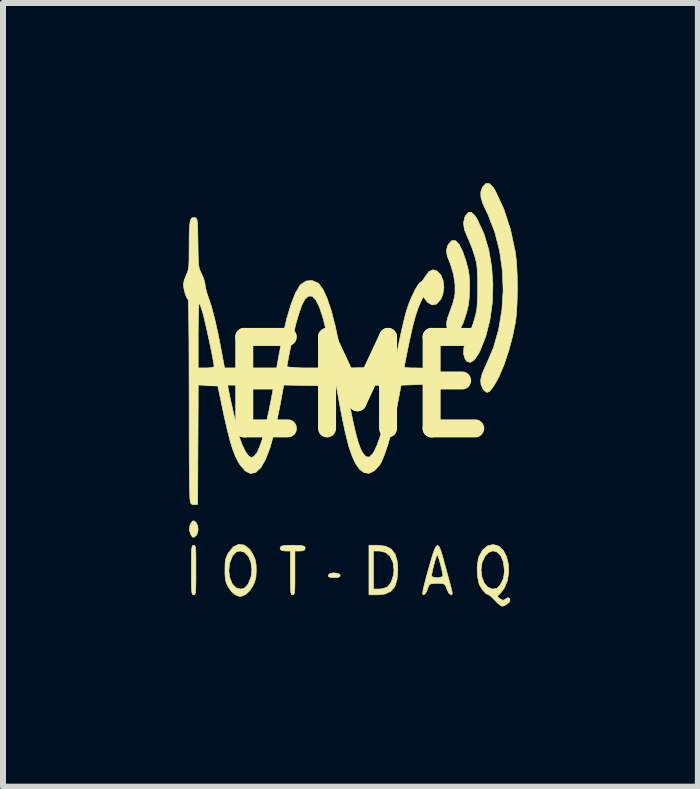
<source format=kicad_pcb>
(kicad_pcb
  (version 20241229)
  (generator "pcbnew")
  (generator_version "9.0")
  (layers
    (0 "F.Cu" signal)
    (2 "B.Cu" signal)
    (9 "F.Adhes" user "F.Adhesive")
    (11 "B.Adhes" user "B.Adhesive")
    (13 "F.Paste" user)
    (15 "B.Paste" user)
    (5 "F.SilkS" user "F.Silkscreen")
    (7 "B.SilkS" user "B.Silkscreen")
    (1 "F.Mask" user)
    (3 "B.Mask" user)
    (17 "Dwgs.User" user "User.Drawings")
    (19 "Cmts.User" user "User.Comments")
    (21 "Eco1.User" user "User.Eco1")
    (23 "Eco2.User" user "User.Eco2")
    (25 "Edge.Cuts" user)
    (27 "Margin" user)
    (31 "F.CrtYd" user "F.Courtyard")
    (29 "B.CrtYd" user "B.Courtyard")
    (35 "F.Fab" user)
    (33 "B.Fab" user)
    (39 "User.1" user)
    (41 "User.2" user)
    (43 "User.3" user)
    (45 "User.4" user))
  (footprint "EME"
    (layer "F.Cu")
    (at 2.905 3.396)
    (property "Reference" "EME" (at 0 0 0) (layer "F.SilkS") (effects (font (size 1.524 1.524) (thickness 0.3))))
    (attr through_hole)
    (fp_poly (pts (xy -0.327 3.104) (xy -0.293 3.126) (xy -0.289 3.135) (xy -0.296 3.159) (xy -0.333 3.172) (xy -0.389 3.175) (xy -0.453 3.171) (xy -0.484 3.156) (xy -0.488 3.135) (xy -0.464 3.109) (xy -0.41 3.096) (xy -0.389 3.096) (xy -0.327 3.104)) (stroke (width 0.01) (type solid)) (fill yes) (layer "F.SilkS"))
    (fp_poly (pts (xy -2.69 2.255) (xy -2.661 2.312) (xy -2.656 2.389) (xy -2.676 2.457) (xy -2.69 2.475) (xy -2.727 2.504) (xy -2.751 2.496) (xy -2.776 2.458) (xy -2.803 2.382) (xy -2.793 2.307) (xy -2.776 2.272) (xy -2.747 2.231) (xy -2.723 2.229) (xy -2.69 2.255)) (stroke (width 0.01) (type solid)) (fill yes) (layer "F.SilkS"))
    (fp_poly (pts (xy -2.714 2.639) (xy -2.704 2.656) (xy -2.697 2.697) (xy -2.693 2.772) (xy -2.692 2.891) (xy -2.692 3.048) (xy -2.692 3.217) (xy -2.694 3.332) (xy -2.697 3.403) (xy -2.704 3.442) (xy -2.715 3.458) (xy -2.73 3.461) (xy -2.745 3.457) (xy -2.756 3.44) (xy -2.762 3.399) (xy -2.766 3.324) (xy -2.767 3.205) (xy -2.767 3.048) (xy -2.767 2.879) (xy -2.766 2.764) (xy -2.762 2.693) (xy -2.755 2.654) (xy -2.744 2.638) (xy -2.73 2.635) (xy -2.714 2.639)) (stroke (width 0.01) (type solid)) (fill yes) (layer "F.SilkS"))
    (fp_poly (pts (xy 0.467 2.651) (xy 0.56 2.698) (xy 0.624 2.78) (xy 0.66 2.899) (xy 0.671 3.048) (xy 0.658 3.205) (xy 0.621 3.322) (xy 0.555 3.402) (xy 0.46 3.447) (xy 0.342 3.461) (xy 0.19 3.461) (xy 0.19 2.731) (xy 0.265 2.731) (xy 0.265 3.365) (xy 0.361 3.365) (xy 0.429 3.356) (xy 0.49 3.333) (xy 0.509 3.32) (xy 0.564 3.242) (xy 0.599 3.129) (xy 0.607 3.048) (xy 0.59 2.917) (xy 0.542 2.818) (xy 0.467 2.754) (xy 0.367 2.731) (xy 0.361 2.731) (xy 0.265 2.731) (xy 0.19 2.731) (xy 0.19 2.635) (xy 0.342 2.635) (xy 0.467 2.651)) (stroke (width 0.01) (type solid)) (fill yes) (layer "F.SilkS"))
    (fp_poly (pts (xy -0.987 2.637) (xy -0.926 2.642) (xy -0.89 2.652) (xy -0.874 2.668) (xy -0.872 2.683) (xy -0.883 2.714) (xy -0.921 2.729) (xy -0.957 2.731) (xy -1.043 2.731) (xy -1.043 3.096) (xy -1.043 3.253) (xy -1.045 3.357) (xy -1.05 3.419) (xy -1.058 3.45) (xy -1.071 3.46) (xy -1.08 3.461) (xy -1.097 3.457) (xy -1.108 3.438) (xy -1.114 3.394) (xy -1.117 3.313) (xy -1.118 3.185) (xy -1.118 3.096) (xy -1.118 2.731) (xy -1.204 2.731) (xy -1.26 2.724) (xy -1.285 2.703) (xy -1.289 2.683) (xy -1.283 2.662) (xy -1.261 2.648) (xy -1.217 2.639) (xy -1.146 2.636) (xy -1.08 2.635) (xy -0.987 2.637)) (stroke (width 0.01) (type solid)) (fill yes) (layer "F.SilkS"))
    (fp_poly (pts (xy 1.631 -2.437) (xy 1.692 -2.375) (xy 1.753 -2.254) (xy 1.804 -2.103) (xy 1.838 -1.979) (xy 1.857 -1.876) (xy 1.865 -1.766) (xy 1.866 -1.652) (xy 1.861 -1.495) (xy 1.847 -1.37) (xy 1.819 -1.249) (xy 1.816 -1.238) (xy 1.758 -1.064) (xy 1.698 -0.942) (xy 1.637 -0.875) (xy 1.579 -0.864) (xy 1.525 -0.914) (xy 1.517 -0.927) (xy 1.488 -0.996) (xy 1.482 -1.067) (xy 1.501 -1.155) (xy 1.544 -1.273) (xy 1.583 -1.381) (xy 1.612 -1.489) (xy 1.623 -1.549) (xy 1.624 -1.706) (xy 1.598 -1.879) (xy 1.548 -2.044) (xy 1.535 -2.076) (xy 1.493 -2.186) (xy 1.481 -2.271) (xy 1.497 -2.344) (xy 1.516 -2.381) (xy 1.572 -2.44) (xy 1.631 -2.437)) (stroke (width 0.01) (type solid)) (fill yes) (layer "F.SilkS"))
    (fp_poly (pts (xy 1.898 -2.91) (xy 1.956 -2.853) (xy 1.998 -2.785) (xy 2.106 -2.552) (xy 2.185 -2.287) (xy 2.234 -2.002) (xy 2.254 -1.705) (xy 2.245 -1.407) (xy 2.205 -1.117) (xy 2.136 -0.844) (xy 2.038 -0.598) (xy 2.011 -0.547) (xy 1.944 -0.451) (xy 1.879 -0.41) (xy 1.82 -0.428) (xy 1.793 -0.463) (xy 1.765 -0.55) (xy 1.771 -0.657) (xy 1.811 -0.779) (xy 1.83 -0.818) (xy 1.876 -0.923) (xy 1.923 -1.052) (xy 1.948 -1.133) (xy 1.972 -1.223) (xy 1.987 -1.304) (xy 1.995 -1.394) (xy 1.999 -1.512) (xy 2 -1.667) (xy 1.999 -1.827) (xy 1.995 -1.942) (xy 1.987 -2.029) (xy 1.972 -2.106) (xy 1.949 -2.191) (xy 1.948 -2.192) (xy 1.907 -2.316) (xy 1.857 -2.439) (xy 1.83 -2.499) (xy 1.779 -2.624) (xy 1.765 -2.734) (xy 1.786 -2.83) (xy 1.801 -2.857) (xy 1.848 -2.911) (xy 1.898 -2.91)) (stroke (width 0.01) (type solid)) (fill yes) (layer "F.SilkS"))
    (fp_poly (pts (xy 2.197 -3.388) (xy 2.261 -3.323) (xy 2.297 -3.263) (xy 2.436 -2.965) (xy 2.546 -2.628) (xy 2.626 -2.259) (xy 2.628 -2.249) (xy 2.648 -2.075) (xy 2.659 -1.862) (xy 2.662 -1.63) (xy 2.657 -1.4) (xy 2.644 -1.196) (xy 2.63 -1.079) (xy 2.582 -0.843) (xy 2.517 -0.601) (xy 2.44 -0.371) (xy 2.357 -0.174) (xy 2.316 -0.097) (xy 2.249 0.013) (xy 2.196 0.075) (xy 2.153 0.09) (xy 2.113 0.063) (xy 2.089 0.031) (xy 2.056 -0.042) (xy 2.051 -0.121) (xy 2.074 -0.217) (xy 2.126 -0.339) (xy 2.142 -0.37) (xy 2.263 -0.653) (xy 2.35 -0.959) (xy 2.404 -1.28) (xy 2.425 -1.61) (xy 2.412 -1.942) (xy 2.366 -2.267) (xy 2.286 -2.58) (xy 2.173 -2.872) (xy 2.14 -2.94) (xy 2.082 -3.068) (xy 2.054 -3.168) (xy 2.053 -3.25) (xy 2.079 -3.323) (xy 2.085 -3.334) (xy 2.139 -3.391) (xy 2.197 -3.388)) (stroke (width 0.01) (type solid)) (fill yes) (layer "F.SilkS"))
    (fp_poly (pts (xy -1.888 2.632) (xy -1.801 2.697) (xy -1.746 2.78) (xy -1.707 2.866) (xy -1.69 2.952) (xy -1.687 3.048) (xy -1.692 3.16) (xy -1.712 3.243) (xy -1.745 3.316) (xy -1.8 3.396) (xy -1.86 3.452) (xy -1.873 3.46) (xy -1.928 3.483) (xy -1.967 3.487) (xy -2.011 3.472) (xy -2.038 3.459) (xy -2.089 3.417) (xy -2.142 3.349) (xy -2.152 3.333) (xy -2.185 3.267) (xy -2.202 3.201) (xy -2.208 3.109) (xy -2.208 3.059) (xy -2.144 3.059) (xy -2.129 3.176) (xy -2.088 3.276) (xy -2.025 3.343) (xy -1.952 3.365) (xy -1.888 3.352) (xy -1.837 3.302) (xy -1.818 3.273) (xy -1.773 3.16) (xy -1.76 3.037) (xy -1.776 2.92) (xy -1.817 2.82) (xy -1.88 2.753) (xy -1.952 2.731) (xy -2.017 2.744) (xy -2.068 2.794) (xy -2.087 2.823) (xy -2.131 2.936) (xy -2.144 3.059) (xy -2.208 3.059) (xy -2.208 3.048) (xy -2.206 2.935) (xy -2.195 2.86) (xy -2.17 2.797) (xy -2.152 2.764) (xy -2.072 2.664) (xy -1.981 2.62) (xy -1.888 2.632)) (stroke (width 0.01) (type solid)) (fill yes) (layer "F.SilkS"))
    (fp_poly (pts (xy 1.36 2.66) (xy 1.389 2.73) (xy 1.423 2.844) (xy 1.424 2.847) (xy 1.463 2.992) (xy 1.506 3.149) (xy 1.537 3.262) (xy 1.564 3.367) (xy 1.577 3.426) (xy 1.575 3.453) (xy 1.56 3.461) (xy 1.554 3.461) (xy 1.519 3.433) (xy 1.488 3.365) (xy 1.47 3.315) (xy 1.45 3.287) (xy 1.416 3.274) (xy 1.358 3.27) (xy 1.327 3.27) (xy 1.257 3.272) (xy 1.215 3.28) (xy 1.19 3.302) (xy 1.173 3.343) (xy 1.166 3.365) (xy 1.134 3.434) (xy 1.1 3.461) (xy 1.088 3.454) (xy 1.085 3.43) (xy 1.092 3.379) (xy 1.112 3.292) (xy 1.146 3.162) (xy 1.15 3.147) (xy 1.232 3.147) (xy 1.249 3.163) (xy 1.293 3.173) (xy 1.327 3.175) (xy 1.383 3.169) (xy 1.417 3.153) (xy 1.422 3.141) (xy 1.414 3.09) (xy 1.396 3.01) (xy 1.373 2.921) (xy 1.35 2.844) (xy 1.332 2.799) (xy 1.327 2.794) (xy 1.314 2.82) (xy 1.292 2.887) (xy 1.268 2.973) (xy 1.247 3.06) (xy 1.234 3.127) (xy 1.232 3.147) (xy 1.15 3.147) (xy 1.175 3.056) (xy 1.228 2.869) (xy 1.269 2.738) (xy 1.303 2.661) (xy 1.333 2.636) (xy 1.36 2.66)) (stroke (width 0.01) (type solid)) (fill yes) (layer "F.SilkS"))
    (fp_poly (pts (xy 2.352 2.649) (xy 2.427 2.72) (xy 2.481 2.824) (xy 2.512 2.95) (xy 2.517 3.087) (xy 2.496 3.223) (xy 2.446 3.346) (xy 2.385 3.427) (xy 2.325 3.489) (xy 2.377 3.529) (xy 2.423 3.552) (xy 2.46 3.536) (xy 2.466 3.529) (xy 2.506 3.507) (xy 2.534 3.524) (xy 2.54 3.553) (xy 2.524 3.584) (xy 2.486 3.618) (xy 2.44 3.644) (xy 2.409 3.651) (xy 2.375 3.634) (xy 2.324 3.591) (xy 2.292 3.557) (xy 2.24 3.503) (xy 2.198 3.468) (xy 2.183 3.461) (xy 2.135 3.437) (xy 2.08 3.377) (xy 2.033 3.299) (xy 2.021 3.269) (xy 1.997 3.148) (xy 1.993 3.044) (xy 2.057 3.044) (xy 2.07 3.16) (xy 2.108 3.261) (xy 2.168 3.333) (xy 2.247 3.365) (xy 2.257 3.365) (xy 2.322 3.351) (xy 2.373 3.299) (xy 2.39 3.273) (xy 2.43 3.187) (xy 2.444 3.091) (xy 2.445 3.048) (xy 2.429 2.914) (xy 2.387 2.812) (xy 2.326 2.749) (xy 2.254 2.728) (xy 2.179 2.757) (xy 2.121 2.82) (xy 2.073 2.926) (xy 2.057 3.044) (xy 1.993 3.044) (xy 1.992 3.006) (xy 2.009 2.872) (xy 2.021 2.827) (xy 2.082 2.715) (xy 2.167 2.645) (xy 2.258 2.623) (xy 2.352 2.649)) (stroke (width 0.01) (type solid)) (fill yes) (layer "F.SilkS"))
    (fp_poly (pts (xy -2.707 -2.82) (xy -2.689 -2.814) (xy -2.677 -2.797) (xy -2.669 -2.759) (xy -2.664 -2.69) (xy -2.661 -2.579) (xy -2.658 -2.416) (xy -2.658 -2.4) (xy -2.655 -2.232) (xy -2.652 -2.114) (xy -2.646 -2.034) (xy -2.637 -1.978) (xy -2.621 -1.934) (xy -2.599 -1.889) (xy -2.596 -1.883) (xy -2.562 -1.802) (xy -2.542 -1.728) (xy -2.54 -1.708) (xy -2.53 -1.644) (xy -2.505 -1.553) (xy -2.485 -1.495) (xy -2.433 -1.339) (xy -2.378 -1.131) (xy -2.322 -0.882) (xy -2.268 -0.605) (xy -2.266 -0.595) (xy -2.215 -0.318) (xy -1.347 -0.318) (xy -1.343 -0.343) (xy -1.175 -0.343) (xy -1.157 -0.335) (xy -1.107 -0.329) (xy -1.03 -0.323) (xy -0.932 -0.319) (xy -0.818 -0.318) (xy -0.788 -0.318) (xy -0.401 -0.318) (xy -0.449 -0.579) (xy -0.511 -0.89) (xy -0.572 -1.138) (xy -0.632 -1.324) (xy -0.693 -1.448) (xy -0.754 -1.512) (xy -0.816 -1.515) (xy -0.876 -1.463) (xy -0.922 -1.377) (xy -0.973 -1.238) (xy -1.026 -1.055) (xy -1.079 -0.838) (xy -1.11 -0.691) (xy -1.137 -0.557) (xy -1.158 -0.445) (xy -1.172 -0.369) (xy -1.175 -0.343) (xy -1.343 -0.343) (xy -1.307 -0.543) (xy -1.243 -0.869) (xy -1.176 -1.151) (xy -1.106 -1.383) (xy -1.035 -1.562) (xy -0.965 -1.684) (xy -0.943 -1.709) (xy -0.856 -1.766) (xy -0.758 -1.774) (xy -0.663 -1.734) (xy -0.644 -1.719) (xy -0.575 -1.626) (xy -0.506 -1.475) (xy -0.437 -1.27) (xy -0.371 -1.014) (xy -0.308 -0.714) (xy -0.284 -0.579) (xy -0.239 -0.316) (xy 0.185 -0.325) (xy 0.61 -0.333) (xy 0.682 -0.7) (xy 0.717 -0.868) (xy 0.755 -1.037) (xy 0.791 -1.185) (xy 0.815 -1.271) (xy 0.854 -1.387) (xy 0.903 -1.505) (xy 0.955 -1.611) (xy 1.002 -1.694) (xy 1.04 -1.741) (xy 1.053 -1.746) (xy 1.079 -1.768) (xy 1.115 -1.82) (xy 1.12 -1.829) (xy 1.187 -1.921) (xy 1.255 -1.953) (xy 1.32 -1.935) (xy 1.386 -1.87) (xy 1.426 -1.771) (xy 1.438 -1.655) (xy 1.419 -1.537) (xy 1.385 -1.458) (xy 1.317 -1.382) (xy 1.241 -1.367) (xy 1.166 -1.411) (xy 1.147 -1.435) (xy 1.094 -1.504) (xy 1.057 -1.428) (xy 1.007 -1.311) (xy 0.961 -1.169) (xy 0.914 -0.992) (xy 0.864 -0.766) (xy 0.854 -0.719) (xy 0.825 -0.575) (xy 0.801 -0.454) (xy 0.784 -0.369) (xy 0.777 -0.331) (xy 0.777 -0.33) (xy 0.795 -0.325) (xy 0.843 -0.321) (xy 0.913 -0.318) (xy 0.976 -0.318) (xy 1.068 -0.316) (xy 1.129 -0.311) (xy 1.169 -0.299) (xy 1.196 -0.278) (xy 1.215 -0.252) (xy 1.24 -0.199) (xy 1.24 -0.154) (xy 1.226 -0.117) (xy 1.212 -0.088) (xy 1.192 -0.068) (xy 1.16 -0.055) (xy 1.107 -0.047) (xy 1.028 -0.041) (xy 0.962 -0.039) (xy 0.725 -0.03) (xy 0.664 0.295) (xy 0.616 0.532) (xy 0.561 0.757) (xy 0.505 0.96) (xy 0.448 1.128) (xy 0.396 1.252) (xy 0.371 1.295) (xy 0.282 1.394) (xy 0.19 1.438) (xy 0.109 1.426) (xy 0.037 1.373) (xy -0.028 1.285) (xy -0.089 1.156) (xy -0.148 0.981) (xy -0.205 0.755) (xy -0.264 0.473) (xy -0.293 0.318) (xy -0.35 0.003) (xy -0.183 0.003) (xy -0.182 0.022) (xy -0.182 0.024) (xy -0.126 0.326) (xy -0.076 0.572) (xy -0.031 0.766) (xy 0.01 0.916) (xy 0.049 1.025) (xy 0.083 1.094) (xy 0.14 1.161) (xy 0.196 1.167) (xy 0.253 1.111) (xy 0.285 1.057) (xy 0.328 0.959) (xy 0.372 0.836) (xy 0.393 0.764) (xy 0.415 0.672) (xy 0.443 0.549) (xy 0.472 0.411) (xy 0.501 0.272) (xy 0.525 0.146) (xy 0.542 0.049) (xy 0.55 -0.004) (xy 0.55 -0.007) (xy 0.532 -0.014) (xy 0.482 -0.021) (xy 0.405 -0.027) (xy 0.308 -0.03) (xy 0.195 -0.032) (xy 0.179 -0.032) (xy 0.051 -0.031) (xy -0.043 -0.03) (xy -0.108 -0.026) (xy -0.151 -0.02) (xy -0.174 -0.011) (xy -0.183 0.003) (xy -0.35 0.003) (xy -0.353 -0.016) (xy -0.792 -0.024) (xy -1.23 -0.033) (xy -1.271 0.198) (xy -1.296 0.33) (xy -1.33 0.496) (xy -1.367 0.667) (xy -1.387 0.753) (xy -1.456 1.007) (xy -1.531 1.204) (xy -1.611 1.343) (xy -1.695 1.422) (xy -1.782 1.441) (xy -1.87 1.399) (xy -1.959 1.294) (xy -1.983 1.254) (xy -2.033 1.157) (xy -2.079 1.039) (xy -2.124 0.891) (xy -2.172 0.704) (xy -2.226 0.468) (xy -2.247 0.365) (xy -2.327 -0.016) (xy -2.609 -0.032) (xy -2.163 -0.032) (xy -2.151 0.04) (xy -2.131 0.14) (xy -2.102 0.274) (xy -2.068 0.425) (xy -2.033 0.576) (xy -2.001 0.709) (xy -1.976 0.807) (xy -1.969 0.833) (xy -1.921 0.965) (xy -1.867 1.074) (xy -1.814 1.148) (xy -1.769 1.175) (xy -1.724 1.153) (xy -1.679 1.1) (xy -1.678 1.099) (xy -1.643 1.026) (xy -1.605 0.925) (xy -1.586 0.868) (xy -1.565 0.79) (xy -1.538 0.675) (xy -1.507 0.536) (xy -1.475 0.389) (xy -1.446 0.247) (xy -1.423 0.124) (xy -1.407 0.034) (xy -1.403 -0.004) (xy -1.421 -0.013) (xy -1.471 -0.02) (xy -1.548 -0.026) (xy -1.646 -0.03) (xy -1.759 -0.032) (xy -1.783 -0.032) (xy -2.163 -0.032) (xy -2.609 -0.032) (xy -2.653 -0.034) (xy -2.663 1.953) (xy -2.711 1.962) (xy -2.756 1.955) (xy -2.782 1.932) (xy -2.787 1.908) (xy -2.792 1.856) (xy -2.796 1.769) (xy -2.799 1.645) (xy -2.801 1.479) (xy -2.803 1.266) (xy -2.804 1.004) (xy -2.805 0.687) (xy -2.805 0.312) (xy -2.805 0.216) (xy -2.806 -0.182) (xy -2.807 -0.53) (xy -2.808 -0.826) (xy -2.809 -0.857) (xy -2.654 -0.857) (xy -2.654 -0.318) (xy -2.521 -0.318) (xy -2.456 -0.321) (xy -2.408 -0.33) (xy -2.388 -0.342) (xy -2.388 -0.343) (xy -2.395 -0.391) (xy -2.412 -0.484) (xy -2.436 -0.609) (xy -2.466 -0.752) (xy -2.498 -0.899) (xy -2.529 -1.037) (xy -2.556 -1.152) (xy -2.569 -1.204) (xy -2.598 -1.301) (xy -2.622 -1.371) (xy -2.637 -1.397) (xy -2.643 -1.367) (xy -2.647 -1.284) (xy -2.651 -1.158) (xy -2.653 -0.999) (xy -2.654 -0.857) (xy -2.809 -0.857) (xy -2.811 -1.068) (xy -2.814 -1.254) (xy -2.817 -1.382) (xy -2.821 -1.45) (xy -2.824 -1.46) (xy -2.846 -1.487) (xy -2.87 -1.552) (xy -2.891 -1.633) (xy -2.9 -1.705) (xy -2.9 -1.71) (xy -2.888 -1.775) (xy -2.859 -1.853) (xy -2.853 -1.867) (xy -2.833 -1.91) (xy -2.82 -1.955) (xy -2.811 -2.013) (xy -2.807 -2.099) (xy -2.806 -2.226) (xy -2.805 -2.358) (xy -2.804 -2.544) (xy -2.799 -2.675) (xy -2.788 -2.759) (xy -2.77 -2.806) (xy -2.742 -2.823) (xy -2.707 -2.82)) (stroke (width 0.01) (type solid)) (fill yes) (layer "F.SilkS")))
  (gr_rect
    (start -3 -3)
    (end 8.573 10.052)
    (stroke (width 0.1) (type default))
    (fill no)
    (layer "Edge.Cuts")))
</source>
